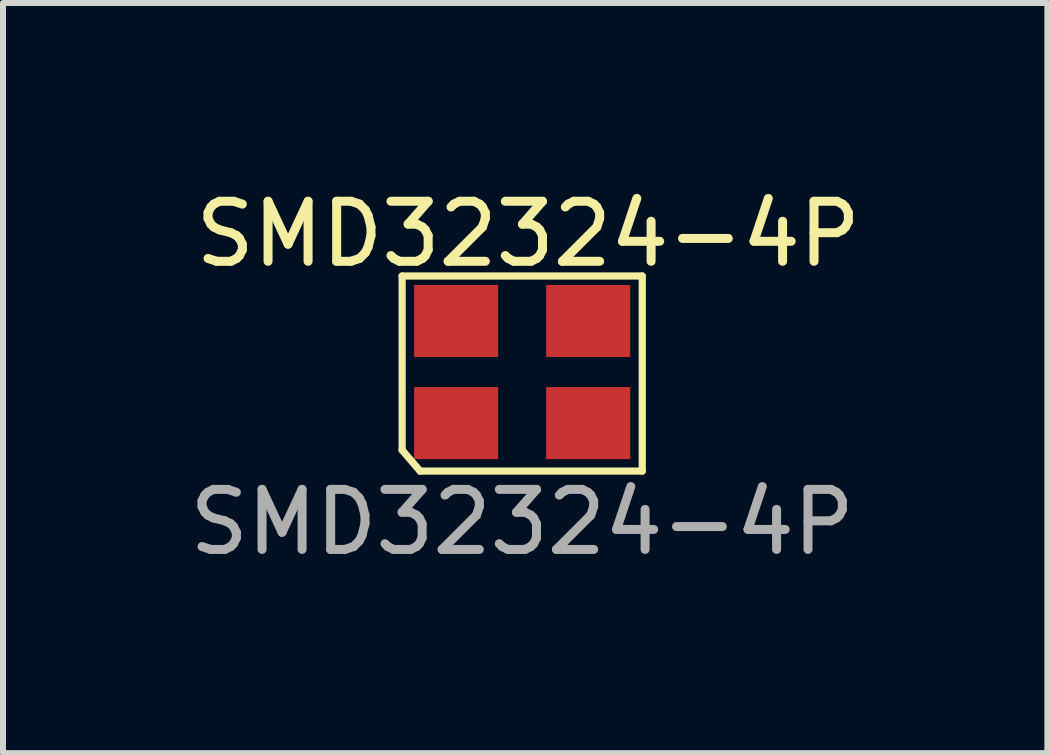
<source format=kicad_pcb>
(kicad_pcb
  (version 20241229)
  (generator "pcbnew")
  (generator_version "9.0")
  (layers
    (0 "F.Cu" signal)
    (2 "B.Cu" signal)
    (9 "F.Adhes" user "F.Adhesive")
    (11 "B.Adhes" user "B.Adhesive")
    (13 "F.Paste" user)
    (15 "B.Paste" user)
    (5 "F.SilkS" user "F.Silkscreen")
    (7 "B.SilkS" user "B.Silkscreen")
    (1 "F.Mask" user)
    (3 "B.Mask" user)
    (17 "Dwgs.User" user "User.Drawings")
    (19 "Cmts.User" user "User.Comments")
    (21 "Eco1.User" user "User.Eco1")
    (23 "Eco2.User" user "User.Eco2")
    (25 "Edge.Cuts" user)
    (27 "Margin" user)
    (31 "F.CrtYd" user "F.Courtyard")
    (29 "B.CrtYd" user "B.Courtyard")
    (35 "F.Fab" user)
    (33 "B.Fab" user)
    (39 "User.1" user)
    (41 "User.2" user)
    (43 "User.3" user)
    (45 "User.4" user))
  (footprint "SMD32324-4P"
    (layer "F.Cu")
    (at 5.649 3.148)
    (property "Reference" "SMD32324-4P" (at 0.1 -2.3 0) (unlocked yes) (layer "F.SilkS") (effects (font (size 1 1) (thickness 0.15))))
    (attr smd)
    (fp_line (start -2 -1.6) (end 2 -1.6) (stroke (width 0.12) (type default)) (layer "F.SilkS"))
    (fp_line (start -2 1.3) (end -2 -1.6) (stroke (width 0.12) (type default)) (layer "F.SilkS"))
    (fp_line (start -1.7 1.65) (end -2 1.3) (stroke (width 0.12) (type default)) (layer "F.SilkS"))
    (fp_line (start 2 -1.6) (end 2 1.65) (stroke (width 0.12) (type default)) (layer "F.SilkS"))
    (fp_line (start 2 1.65) (end -1.7 1.65) (stroke (width 0.12) (type default)) (layer "F.SilkS"))
    (fp_text user "${REFERENCE}" (at 0 2.5 0) (unlocked yes) (layer "F.Fab") (effects (font (size 1 1) (thickness 0.15))))
    (pad "1" smd rect (at -1.1 0.85) (size 1.4 1.2) (layers "F.Cu" "F.Mask" "F.Paste"))
    (pad "2" smd rect (at 1.1 0.85) (size 1.4 1.2) (layers "F.Cu" "F.Mask" "F.Paste"))
    (pad "3" smd rect (at 1.1 -0.85) (size 1.4 1.2) (layers "F.Cu" "F.Mask" "F.Paste"))
    (pad "4" smd rect (at -1.1 -0.85) (size 1.4 1.2) (layers "F.Cu" "F.Mask" "F.Paste")))
  (gr_rect
    (start -3 -3)
    (end 14.398 9.496)
    (stroke (width 0.1) (type default))
    (fill no)
    (layer "Edge.Cuts")))
</source>
